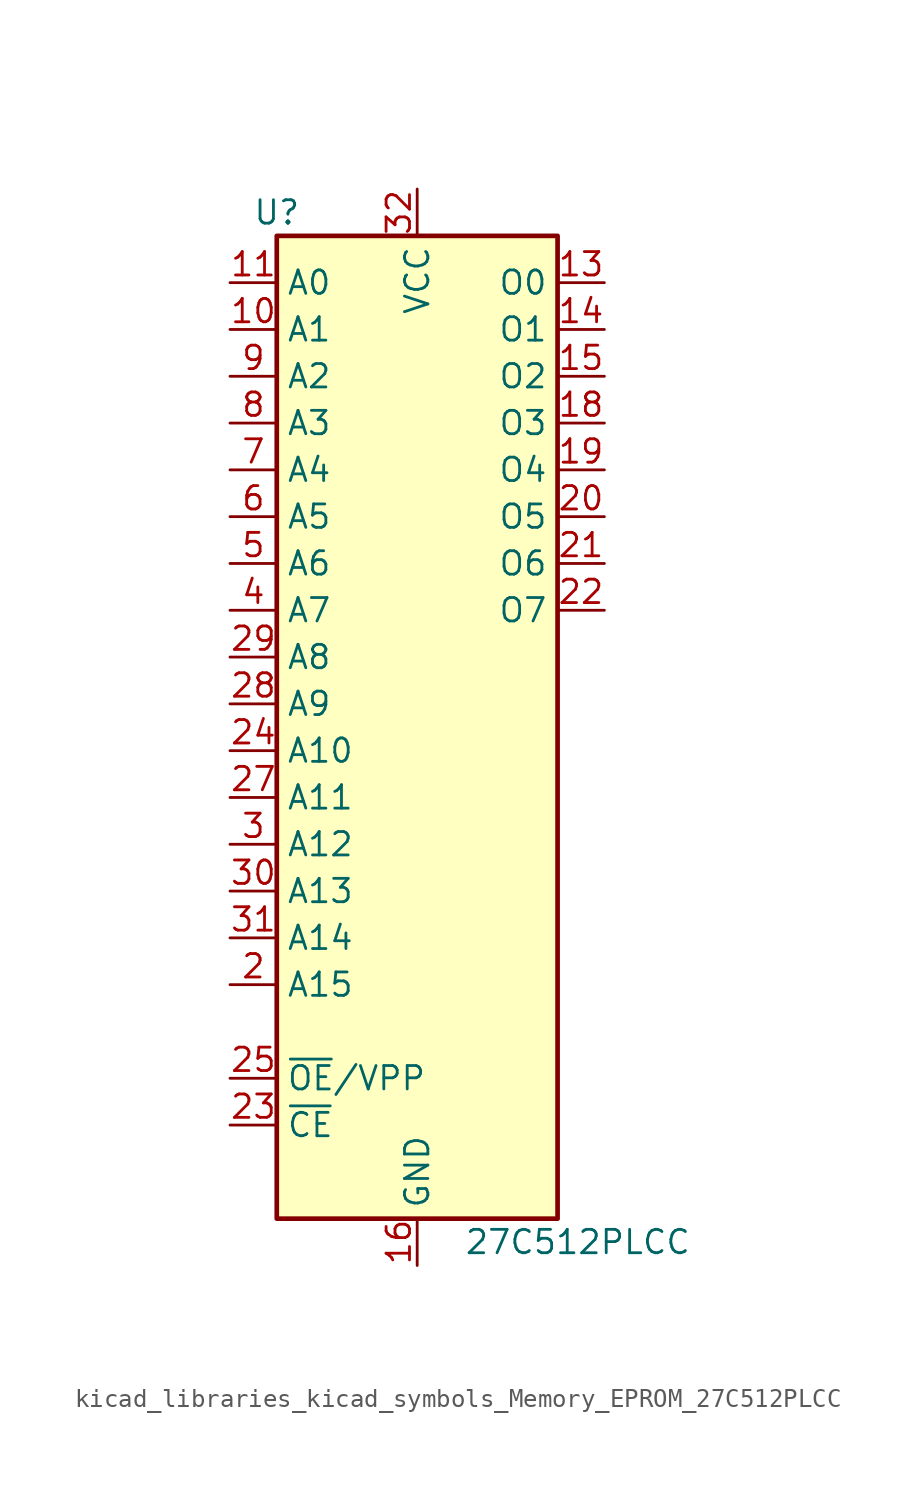
<source format=kicad_sym>
(kicad_symbol_lib
  (version 20220914)
  (generator kicad_symbol_editor)
  (symbol "kicad_libraries_kicad_symbols_Memory_EPROM_27C512PLCC"
    (property "Reference" "U"
      (at -7.62 26.67 0)
      (effects (font (size 1.27 1.27))))
    (property "Value" "27C512PLCC"
      (at 2.54 -29.21 0)
      (effects (font (size 1.27 1.27)) (justify left)))
    (symbol "kicad_libraries_kicad_symbols_Memory_EPROM_27C512PLCC_1_1"
      (rectangle (start -7.62 25.4) (end 7.62 -27.94) (stroke (width 0.254) (type default)) (fill (type background)))
      (pin no_connect line (at 7.62 -17.78 180) (length 2.54) hide (name "NC" (effects (font (size 1.27 1.27)))) (number "1" (effects (font (size 1.27 1.27)))))
      (pin input line (at -10.16 20.32 0) (length 2.54) (name "A1" (effects (font (size 1.27 1.27)))) (number "10" (effects (font (size 1.27 1.27)))))
      (pin input line (at -10.16 22.86 0) (length 2.54) (name "A0" (effects (font (size 1.27 1.27)))) (number "11" (effects (font (size 1.27 1.27)))))
      (pin no_connect line (at 7.62 -22.86 180) (length 2.54) hide (name "NC" (effects (font (size 1.27 1.27)))) (number "12" (effects (font (size 1.27 1.27)))))
      (pin tri_state line (at 10.16 22.86 180) (length 2.54) (name "O0" (effects (font (size 1.27 1.27)))) (number "13" (effects (font (size 1.27 1.27)))))
      (pin tri_state line (at 10.16 20.32 180) (length 2.54) (name "O1" (effects (font (size 1.27 1.27)))) (number "14" (effects (font (size 1.27 1.27)))))
      (pin tri_state line (at 10.16 17.78 180) (length 2.54) (name "O2" (effects (font (size 1.27 1.27)))) (number "15" (effects (font (size 1.27 1.27)))))
      (pin power_in line (at 0 -30.48 90) (length 2.54) (name "GND" (effects (font (size 1.27 1.27)))) (number "16" (effects (font (size 1.27 1.27)))))
      (pin no_connect line (at 7.62 -20.32 180) (length 2.54) hide (name "NC" (effects (font (size 1.27 1.27)))) (number "17" (effects (font (size 1.27 1.27)))))
      (pin tri_state line (at 10.16 15.24 180) (length 2.54) (name "O3" (effects (font (size 1.27 1.27)))) (number "18" (effects (font (size 1.27 1.27)))))
      (pin tri_state line (at 10.16 12.7 180) (length 2.54) (name "O4" (effects (font (size 1.27 1.27)))) (number "19" (effects (font (size 1.27 1.27)))))
      (pin input line (at -10.16 -15.24 0) (length 2.54) (name "A15" (effects (font (size 1.27 1.27)))) (number "2" (effects (font (size 1.27 1.27)))))
      (pin tri_state line (at 10.16 10.16 180) (length 2.54) (name "O5" (effects (font (size 1.27 1.27)))) (number "20" (effects (font (size 1.27 1.27)))))
      (pin tri_state line (at 10.16 7.62 180) (length 2.54) (name "O6" (effects (font (size 1.27 1.27)))) (number "21" (effects (font (size 1.27 1.27)))))
      (pin tri_state line (at 10.16 5.08 180) (length 2.54) (name "O7" (effects (font (size 1.27 1.27)))) (number "22" (effects (font (size 1.27 1.27)))))
      (pin input line (at -10.16 -22.86 0) (length 2.54) (name "~{CE}" (effects (font (size 1.27 1.27)))) (number "23" (effects (font (size 1.27 1.27)))))
      (pin input line (at -10.16 -2.54 0) (length 2.54) (name "A10" (effects (font (size 1.27 1.27)))) (number "24" (effects (font (size 1.27 1.27)))))
      (pin input line (at -10.16 -20.32 0) (length 2.54) (name "~{OE}/VPP" (effects (font (size 1.27 1.27)))) (number "25" (effects (font (size 1.27 1.27)))))
      (pin no_connect line (at 7.62 -25.4 180) (length 2.54) hide (name "NC" (effects (font (size 1.27 1.27)))) (number "26" (effects (font (size 1.27 1.27)))))
      (pin input line (at -10.16 -5.08 0) (length 2.54) (name "A11" (effects (font (size 1.27 1.27)))) (number "27" (effects (font (size 1.27 1.27)))))
      (pin input line (at -10.16 0 0) (length 2.54) (name "A9" (effects (font (size 1.27 1.27)))) (number "28" (effects (font (size 1.27 1.27)))))
      (pin input line (at -10.16 2.54 0) (length 2.54) (name "A8" (effects (font (size 1.27 1.27)))) (number "29" (effects (font (size 1.27 1.27)))))
      (pin input line (at -10.16 -7.62 0) (length 2.54) (name "A12" (effects (font (size 1.27 1.27)))) (number "3" (effects (font (size 1.27 1.27)))))
      (pin input line (at -10.16 -10.16 0) (length 2.54) (name "A13" (effects (font (size 1.27 1.27)))) (number "30" (effects (font (size 1.27 1.27)))))
      (pin input line (at -10.16 -12.7 0) (length 2.54) (name "A14" (effects (font (size 1.27 1.27)))) (number "31" (effects (font (size 1.27 1.27)))))
      (pin power_in line (at 0 27.94 270) (length 2.54) (name "VCC" (effects (font (size 1.27 1.27)))) (number "32" (effects (font (size 1.27 1.27)))))
      (pin input line (at -10.16 5.08 0) (length 2.54) (name "A7" (effects (font (size 1.27 1.27)))) (number "4" (effects (font (size 1.27 1.27)))))
      (pin input line (at -10.16 7.62 0) (length 2.54) (name "A6" (effects (font (size 1.27 1.27)))) (number "5" (effects (font (size 1.27 1.27)))))
      (pin input line (at -10.16 10.16 0) (length 2.54) (name "A5" (effects (font (size 1.27 1.27)))) (number "6" (effects (font (size 1.27 1.27)))))
      (pin input line (at -10.16 12.7 0) (length 2.54) (name "A4" (effects (font (size 1.27 1.27)))) (number "7" (effects (font (size 1.27 1.27)))))
      (pin input line (at -10.16 15.24 0) (length 2.54) (name "A3" (effects (font (size 1.27 1.27)))) (number "8" (effects (font (size 1.27 1.27)))))
      (pin input line (at -10.16 17.78 0) (length 2.54) (name "A2" (effects (font (size 1.27 1.27)))) (number "9" (effects (font (size 1.27 1.27))))))))
</source>
